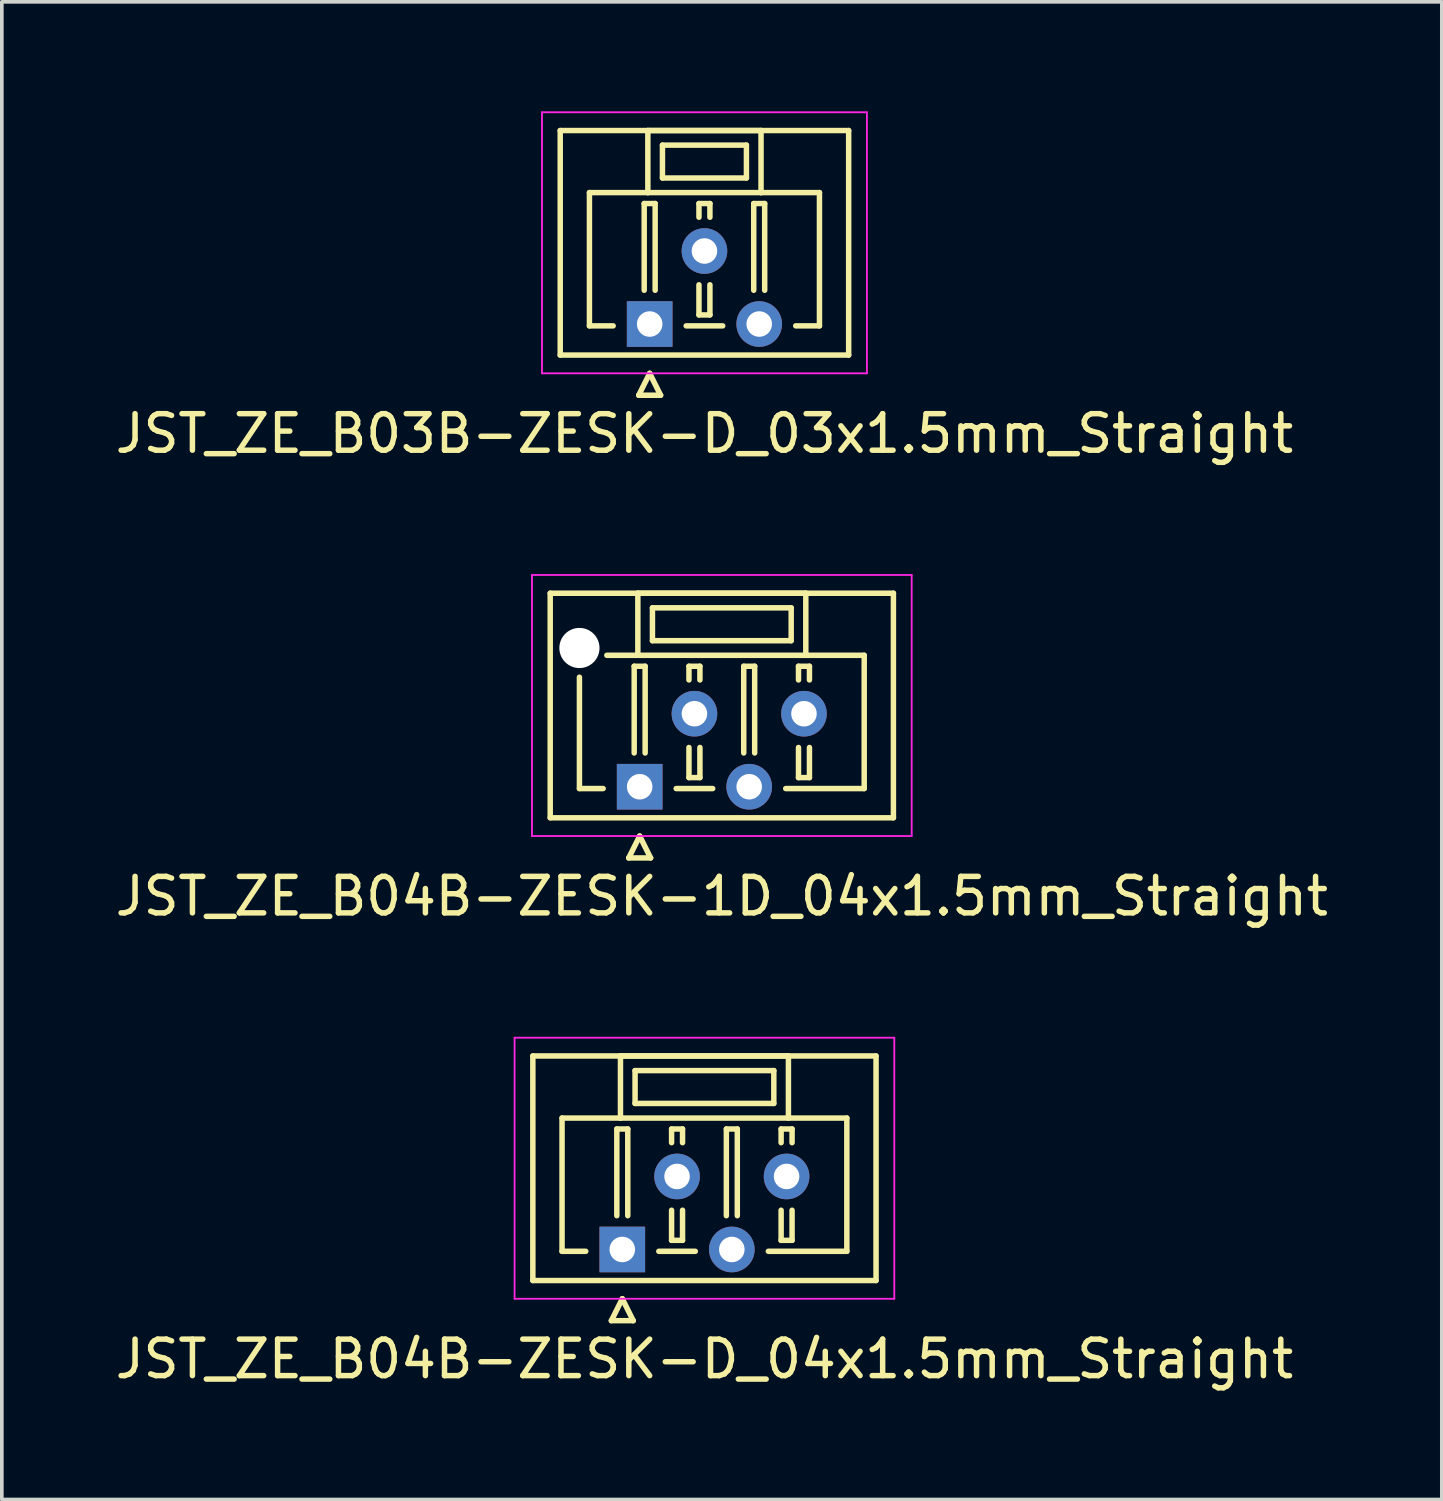
<source format=kicad_pcb>
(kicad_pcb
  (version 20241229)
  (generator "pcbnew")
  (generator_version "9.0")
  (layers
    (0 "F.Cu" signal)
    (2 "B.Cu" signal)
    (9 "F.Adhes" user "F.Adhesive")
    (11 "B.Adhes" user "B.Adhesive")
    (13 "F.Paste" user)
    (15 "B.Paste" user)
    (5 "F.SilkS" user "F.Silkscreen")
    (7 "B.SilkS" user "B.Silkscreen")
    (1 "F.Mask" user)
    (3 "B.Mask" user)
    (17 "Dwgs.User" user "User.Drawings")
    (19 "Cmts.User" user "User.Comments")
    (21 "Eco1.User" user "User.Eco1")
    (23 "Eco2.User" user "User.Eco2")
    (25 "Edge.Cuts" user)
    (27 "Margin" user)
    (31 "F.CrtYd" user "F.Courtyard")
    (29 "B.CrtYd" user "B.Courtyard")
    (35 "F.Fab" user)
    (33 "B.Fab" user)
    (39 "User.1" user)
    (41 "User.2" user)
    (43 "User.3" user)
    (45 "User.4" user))
  (footprint "JST_ZE_B04B-ZESK-D_04x1.5mm_Straight"
    (layer "F.Cu")
    (at 13.994 31.172)
    (property "Reference" "JST_ZE_B04B-ZESK-D_04x1.5mm_Straight" (at 2.25 3 0) (layer "F.SilkS") (effects (font (size 1 1) (thickness 0.15))))
    (attr through_hole)
    (fp_line (start -2.45 -5.3) (end -2.45 0.85) (stroke (width 0.15) (type solid)) (layer "F.SilkS"))
    (fp_line (start -2.45 0.85) (end 6.95 0.85) (stroke (width 0.15) (type solid)) (layer "F.SilkS"))
    (fp_line (start -1.65 -3.6) (end -1.65 0.05) (stroke (width 0.15) (type solid)) (layer "F.SilkS"))
    (fp_line (start -1.65 0.05) (end -1 0.05) (stroke (width 0.15) (type solid)) (layer "F.SilkS"))
    (fp_line (start -0.3 1.95) (end 0 1.35) (stroke (width 0.15) (type solid)) (layer "F.SilkS"))
    (fp_line (start -0.15 -3.3) (end 0.15 -3.3) (stroke (width 0.15) (type solid)) (layer "F.SilkS"))
    (fp_line (start -0.15 -0.925) (end -0.15 -3.3) (stroke (width 0.15) (type solid)) (layer "F.SilkS"))
    (fp_line (start -0.05 -5.3) (end -0.05 -3.6) (stroke (width 0.15) (type solid)) (layer "F.SilkS"))
    (fp_line (start -0.05 -3.6) (end -1.65 -3.6) (stroke (width 0.15) (type solid)) (layer "F.SilkS"))
    (fp_line (start -0.05 -3.6) (end 4.55 -3.6) (stroke (width 0.15) (type solid)) (layer "F.SilkS"))
    (fp_line (start 0 1.35) (end 0.3 1.95) (stroke (width 0.15) (type solid)) (layer "F.SilkS"))
    (fp_line (start 0.15 -3.3) (end 0.15 -0.925) (stroke (width 0.15) (type solid)) (layer "F.SilkS"))
    (fp_line (start 0.3 1.95) (end -0.3 1.95) (stroke (width 0.15) (type solid)) (layer "F.SilkS"))
    (fp_line (start 0.35 -4.9) (end 0.35 -4) (stroke (width 0.15) (type solid)) (layer "F.SilkS"))
    (fp_line (start 0.35 -4) (end 4.15 -4) (stroke (width 0.15) (type solid)) (layer "F.SilkS"))
    (fp_line (start 1 0.05) (end 2 0.05) (stroke (width 0.15) (type solid)) (layer "F.SilkS"))
    (fp_line (start 1.35 -3.3) (end 1.65 -3.3) (stroke (width 0.15) (type solid)) (layer "F.SilkS"))
    (fp_line (start 1.35 -2.925) (end 1.35 -3.3) (stroke (width 0.15) (type solid)) (layer "F.SilkS"))
    (fp_line (start 1.35 -1.075) (end 1.35 -0.25) (stroke (width 0.15) (type solid)) (layer "F.SilkS"))
    (fp_line (start 1.35 -0.25) (end 1.65 -0.25) (stroke (width 0.15) (type solid)) (layer "F.SilkS"))
    (fp_line (start 1.65 -3.3) (end 1.65 -2.925) (stroke (width 0.15) (type solid)) (layer "F.SilkS"))
    (fp_line (start 1.65 -0.25) (end 1.65 -1.075) (stroke (width 0.15) (type solid)) (layer "F.SilkS"))
    (fp_line (start 2.85 -3.3) (end 3.15 -3.3) (stroke (width 0.15) (type solid)) (layer "F.SilkS"))
    (fp_line (start 2.85 -0.925) (end 2.85 -3.3) (stroke (width 0.15) (type solid)) (layer "F.SilkS"))
    (fp_line (start 3.15 -3.3) (end 3.15 -0.925) (stroke (width 0.15) (type solid)) (layer "F.SilkS"))
    (fp_line (start 4.15 -4.9) (end 0.35 -4.9) (stroke (width 0.15) (type solid)) (layer "F.SilkS"))
    (fp_line (start 4.15 -4) (end 4.15 -4.9) (stroke (width 0.15) (type solid)) (layer "F.SilkS"))
    (fp_line (start 4.35 -3.3) (end 4.65 -3.3) (stroke (width 0.15) (type solid)) (layer "F.SilkS"))
    (fp_line (start 4.35 -2.925) (end 4.35 -3.3) (stroke (width 0.15) (type solid)) (layer "F.SilkS"))
    (fp_line (start 4.35 -1.075) (end 4.35 -0.25) (stroke (width 0.15) (type solid)) (layer "F.SilkS"))
    (fp_line (start 4.35 -0.25) (end 4.65 -0.25) (stroke (width 0.15) (type solid)) (layer "F.SilkS"))
    (fp_line (start 4.55 -5.3) (end -0.05 -5.3) (stroke (width 0.15) (type solid)) (layer "F.SilkS"))
    (fp_line (start 4.55 -3.6) (end 4.55 -5.3) (stroke (width 0.15) (type solid)) (layer "F.SilkS"))
    (fp_line (start 4.55 -3.6) (end 6.15 -3.6) (stroke (width 0.15) (type solid)) (layer "F.SilkS"))
    (fp_line (start 4.65 -3.3) (end 4.65 -2.925) (stroke (width 0.15) (type solid)) (layer "F.SilkS"))
    (fp_line (start 4.65 -0.25) (end 4.65 -1.075) (stroke (width 0.15) (type solid)) (layer "F.SilkS"))
    (fp_line (start 6.15 -3.6) (end 6.15 0.05) (stroke (width 0.15) (type solid)) (layer "F.SilkS"))
    (fp_line (start 6.15 0.05) (end 4 0.05) (stroke (width 0.15) (type solid)) (layer "F.SilkS"))
    (fp_line (start 6.95 -5.3) (end -2.45 -5.3) (stroke (width 0.15) (type solid)) (layer "F.SilkS"))
    (fp_line (start 6.95 0.85) (end 6.95 -5.3) (stroke (width 0.15) (type solid)) (layer "F.SilkS"))
    (fp_line (start -2.95 -5.8) (end -2.95 1.35) (stroke (width 0.05) (type solid)) (layer "F.CrtYd"))
    (fp_line (start -2.95 1.35) (end 7.45 1.35) (stroke (width 0.05) (type solid)) (layer "F.CrtYd"))
    (fp_line (start 7.45 -5.8) (end -2.95 -5.8) (stroke (width 0.05) (type solid)) (layer "F.CrtYd"))
    (fp_line (start 7.45 1.35) (end 7.45 -5.8) (stroke (width 0.05) (type solid)) (layer "F.CrtYd"))
    (pad "1" thru_hole rect (at 0 0) (size 1.25 1.25) (drill 0.7) (layers "*.Cu" "*.Mask"))
    (pad "2" thru_hole circle (at 1.5 -2) (size 1.25 1.25) (drill 0.7) (layers "*.Cu" "*.Mask"))
    (pad "3" thru_hole circle (at 3 0) (size 1.25 1.25) (drill 0.7) (layers "*.Cu" "*.Mask"))
    (pad "4" thru_hole circle (at 4.5 -2) (size 1.25 1.25) (drill 0.7) (layers "*.Cu" "*.Mask")))
  (footprint "JST_ZE_B04B-ZESK-1D_04x1.5mm_Straight"
    (layer "F.Cu")
    (at 14.47 18.498)
    (property "Reference" "JST_ZE_B04B-ZESK-1D_04x1.5mm_Straight" (at 2.25 3 0) (layer "F.SilkS") (effects (font (size 1 1) (thickness 0.15))))
    (attr through_hole)
    (fp_line (start -2.45 -5.3) (end -2.45 0.85) (stroke (width 0.15) (type solid)) (layer "F.SilkS"))
    (fp_line (start -2.45 0.85) (end 6.95 0.85) (stroke (width 0.15) (type solid)) (layer "F.SilkS"))
    (fp_line (start -1.65 -3) (end -1.65 0.05) (stroke (width 0.15) (type solid)) (layer "F.SilkS"))
    (fp_line (start -1.65 0.05) (end -1 0.05) (stroke (width 0.15) (type solid)) (layer "F.SilkS"))
    (fp_line (start -0.3 1.95) (end 0 1.35) (stroke (width 0.15) (type solid)) (layer "F.SilkS"))
    (fp_line (start -0.15 -3.3) (end 0.15 -3.3) (stroke (width 0.15) (type solid)) (layer "F.SilkS"))
    (fp_line (start -0.15 -0.925) (end -0.15 -3.3) (stroke (width 0.15) (type solid)) (layer "F.SilkS"))
    (fp_line (start -0.05 -5.3) (end -0.05 -3.6) (stroke (width 0.15) (type solid)) (layer "F.SilkS"))
    (fp_line (start -0.05 -3.6) (end -0.9 -3.6) (stroke (width 0.15) (type solid)) (layer "F.SilkS"))
    (fp_line (start -0.05 -3.6) (end 4.55 -3.6) (stroke (width 0.15) (type solid)) (layer "F.SilkS"))
    (fp_line (start 0 1.35) (end 0.3 1.95) (stroke (width 0.15) (type solid)) (layer "F.SilkS"))
    (fp_line (start 0.15 -3.3) (end 0.15 -0.925) (stroke (width 0.15) (type solid)) (layer "F.SilkS"))
    (fp_line (start 0.3 1.95) (end -0.3 1.95) (stroke (width 0.15) (type solid)) (layer "F.SilkS"))
    (fp_line (start 0.35 -4.9) (end 0.35 -4) (stroke (width 0.15) (type solid)) (layer "F.SilkS"))
    (fp_line (start 0.35 -4) (end 4.15 -4) (stroke (width 0.15) (type solid)) (layer "F.SilkS"))
    (fp_line (start 1 0.05) (end 2 0.05) (stroke (width 0.15) (type solid)) (layer "F.SilkS"))
    (fp_line (start 1.35 -3.3) (end 1.65 -3.3) (stroke (width 0.15) (type solid)) (layer "F.SilkS"))
    (fp_line (start 1.35 -2.925) (end 1.35 -3.3) (stroke (width 0.15) (type solid)) (layer "F.SilkS"))
    (fp_line (start 1.35 -1.075) (end 1.35 -0.25) (stroke (width 0.15) (type solid)) (layer "F.SilkS"))
    (fp_line (start 1.35 -0.25) (end 1.65 -0.25) (stroke (width 0.15) (type solid)) (layer "F.SilkS"))
    (fp_line (start 1.65 -3.3) (end 1.65 -2.925) (stroke (width 0.15) (type solid)) (layer "F.SilkS"))
    (fp_line (start 1.65 -0.25) (end 1.65 -1.075) (stroke (width 0.15) (type solid)) (layer "F.SilkS"))
    (fp_line (start 2.85 -3.3) (end 3.15 -3.3) (stroke (width 0.15) (type solid)) (layer "F.SilkS"))
    (fp_line (start 2.85 -0.925) (end 2.85 -3.3) (stroke (width 0.15) (type solid)) (layer "F.SilkS"))
    (fp_line (start 3.15 -3.3) (end 3.15 -0.925) (stroke (width 0.15) (type solid)) (layer "F.SilkS"))
    (fp_line (start 4.15 -4.9) (end 0.35 -4.9) (stroke (width 0.15) (type solid)) (layer "F.SilkS"))
    (fp_line (start 4.15 -4) (end 4.15 -4.9) (stroke (width 0.15) (type solid)) (layer "F.SilkS"))
    (fp_line (start 4.35 -3.3) (end 4.65 -3.3) (stroke (width 0.15) (type solid)) (layer "F.SilkS"))
    (fp_line (start 4.35 -2.925) (end 4.35 -3.3) (stroke (width 0.15) (type solid)) (layer "F.SilkS"))
    (fp_line (start 4.35 -1.075) (end 4.35 -0.25) (stroke (width 0.15) (type solid)) (layer "F.SilkS"))
    (fp_line (start 4.35 -0.25) (end 4.65 -0.25) (stroke (width 0.15) (type solid)) (layer "F.SilkS"))
    (fp_line (start 4.55 -5.3) (end -0.05 -5.3) (stroke (width 0.15) (type solid)) (layer "F.SilkS"))
    (fp_line (start 4.55 -3.6) (end 4.55 -5.3) (stroke (width 0.15) (type solid)) (layer "F.SilkS"))
    (fp_line (start 4.55 -3.6) (end 6.15 -3.6) (stroke (width 0.15) (type solid)) (layer "F.SilkS"))
    (fp_line (start 4.65 -3.3) (end 4.65 -2.925) (stroke (width 0.15) (type solid)) (layer "F.SilkS"))
    (fp_line (start 4.65 -0.25) (end 4.65 -1.075) (stroke (width 0.15) (type solid)) (layer "F.SilkS"))
    (fp_line (start 6.15 -3.6) (end 6.15 0.05) (stroke (width 0.15) (type solid)) (layer "F.SilkS"))
    (fp_line (start 6.15 0.05) (end 4 0.05) (stroke (width 0.15) (type solid)) (layer "F.SilkS"))
    (fp_line (start 6.95 -5.3) (end -2.45 -5.3) (stroke (width 0.15) (type solid)) (layer "F.SilkS"))
    (fp_line (start 6.95 0.85) (end 6.95 -5.3) (stroke (width 0.15) (type solid)) (layer "F.SilkS"))
    (fp_line (start -2.95 -5.8) (end -2.95 1.35) (stroke (width 0.05) (type solid)) (layer "F.CrtYd"))
    (fp_line (start -2.95 1.35) (end 7.45 1.35) (stroke (width 0.05) (type solid)) (layer "F.CrtYd"))
    (fp_line (start 7.45 -5.8) (end -2.95 -5.8) (stroke (width 0.05) (type solid)) (layer "F.CrtYd"))
    (fp_line (start 7.45 1.35) (end 7.45 -5.8) (stroke (width 0.05) (type solid)) (layer "F.CrtYd"))
    (pad "" np_thru_hole circle (at -1.65 -3.8) (size 1.1 1.1) (drill 1.1) (layers "*.Cu"))
    (pad "1" thru_hole rect (at 0 0) (size 1.25 1.25) (drill 0.7) (layers "*.Cu" "*.Mask"))
    (pad "2" thru_hole circle (at 1.5 -2) (size 1.25 1.25) (drill 0.7) (layers "*.Cu" "*.Mask"))
    (pad "3" thru_hole circle (at 3 0) (size 1.25 1.25) (drill 0.7) (layers "*.Cu" "*.Mask"))
    (pad "4" thru_hole circle (at 4.5 -2) (size 1.25 1.25) (drill 0.7) (layers "*.Cu" "*.Mask")))
  (footprint "JST_ZE_B03B-ZESK-D_03x1.5mm_Straight"
    (layer "F.Cu")
    (at 14.744 5.825)
    (property "Reference" "JST_ZE_B03B-ZESK-D_03x1.5mm_Straight" (at 1.5 3 0) (layer "F.SilkS") (effects (font (size 1 1) (thickness 0.15))))
    (attr through_hole)
    (fp_line (start -2.45 -5.3) (end -2.45 0.85) (stroke (width 0.15) (type solid)) (layer "F.SilkS"))
    (fp_line (start -2.45 0.85) (end 5.45 0.85) (stroke (width 0.15) (type solid)) (layer "F.SilkS"))
    (fp_line (start -1.65 -3.6) (end -1.65 0.05) (stroke (width 0.15) (type solid)) (layer "F.SilkS"))
    (fp_line (start -1.65 0.05) (end -1 0.05) (stroke (width 0.15) (type solid)) (layer "F.SilkS"))
    (fp_line (start -0.3 1.95) (end 0 1.35) (stroke (width 0.15) (type solid)) (layer "F.SilkS"))
    (fp_line (start -0.15 -3.3) (end 0.15 -3.3) (stroke (width 0.15) (type solid)) (layer "F.SilkS"))
    (fp_line (start -0.15 -0.925) (end -0.15 -3.3) (stroke (width 0.15) (type solid)) (layer "F.SilkS"))
    (fp_line (start -0.05 -5.3) (end -0.05 -3.6) (stroke (width 0.15) (type solid)) (layer "F.SilkS"))
    (fp_line (start -0.05 -3.6) (end -1.65 -3.6) (stroke (width 0.15) (type solid)) (layer "F.SilkS"))
    (fp_line (start -0.05 -3.6) (end 3.05 -3.6) (stroke (width 0.15) (type solid)) (layer "F.SilkS"))
    (fp_line (start 0 1.35) (end 0.3 1.95) (stroke (width 0.15) (type solid)) (layer "F.SilkS"))
    (fp_line (start 0.15 -3.3) (end 0.15 -0.925) (stroke (width 0.15) (type solid)) (layer "F.SilkS"))
    (fp_line (start 0.3 1.95) (end -0.3 1.95) (stroke (width 0.15) (type solid)) (layer "F.SilkS"))
    (fp_line (start 0.35 -4.9) (end 0.35 -4) (stroke (width 0.15) (type solid)) (layer "F.SilkS"))
    (fp_line (start 0.35 -4) (end 2.65 -4) (stroke (width 0.15) (type solid)) (layer "F.SilkS"))
    (fp_line (start 1 0.05) (end 2 0.05) (stroke (width 0.15) (type solid)) (layer "F.SilkS"))
    (fp_line (start 1.35 -3.3) (end 1.65 -3.3) (stroke (width 0.15) (type solid)) (layer "F.SilkS"))
    (fp_line (start 1.35 -2.925) (end 1.35 -3.3) (stroke (width 0.15) (type solid)) (layer "F.SilkS"))
    (fp_line (start 1.35 -1.075) (end 1.35 -0.25) (stroke (width 0.15) (type solid)) (layer "F.SilkS"))
    (fp_line (start 1.35 -0.25) (end 1.65 -0.25) (stroke (width 0.15) (type solid)) (layer "F.SilkS"))
    (fp_line (start 1.65 -3.3) (end 1.65 -2.925) (stroke (width 0.15) (type solid)) (layer "F.SilkS"))
    (fp_line (start 1.65 -0.25) (end 1.65 -1.075) (stroke (width 0.15) (type solid)) (layer "F.SilkS"))
    (fp_line (start 2.65 -4.9) (end 0.35 -4.9) (stroke (width 0.15) (type solid)) (layer "F.SilkS"))
    (fp_line (start 2.65 -4) (end 2.65 -4.9) (stroke (width 0.15) (type solid)) (layer "F.SilkS"))
    (fp_line (start 2.85 -3.3) (end 3.15 -3.3) (stroke (width 0.15) (type solid)) (layer "F.SilkS"))
    (fp_line (start 2.85 -0.925) (end 2.85 -3.3) (stroke (width 0.15) (type solid)) (layer "F.SilkS"))
    (fp_line (start 3.05 -5.3) (end -0.05 -5.3) (stroke (width 0.15) (type solid)) (layer "F.SilkS"))
    (fp_line (start 3.05 -3.6) (end 3.05 -5.3) (stroke (width 0.15) (type solid)) (layer "F.SilkS"))
    (fp_line (start 3.05 -3.6) (end 4.65 -3.6) (stroke (width 0.15) (type solid)) (layer "F.SilkS"))
    (fp_line (start 3.15 -3.3) (end 3.15 -0.925) (stroke (width 0.15) (type solid)) (layer "F.SilkS"))
    (fp_line (start 4.65 -3.6) (end 4.65 0.05) (stroke (width 0.15) (type solid)) (layer "F.SilkS"))
    (fp_line (start 4.65 0.05) (end 4 0.05) (stroke (width 0.15) (type solid)) (layer "F.SilkS"))
    (fp_line (start 5.45 -5.3) (end -2.45 -5.3) (stroke (width 0.15) (type solid)) (layer "F.SilkS"))
    (fp_line (start 5.45 0.85) (end 5.45 -5.3) (stroke (width 0.15) (type solid)) (layer "F.SilkS"))
    (fp_line (start -2.95 -5.8) (end -2.95 1.35) (stroke (width 0.05) (type solid)) (layer "F.CrtYd"))
    (fp_line (start -2.95 1.35) (end 5.95 1.35) (stroke (width 0.05) (type solid)) (layer "F.CrtYd"))
    (fp_line (start 5.95 -5.8) (end -2.95 -5.8) (stroke (width 0.05) (type solid)) (layer "F.CrtYd"))
    (fp_line (start 5.95 1.35) (end 5.95 -5.8) (stroke (width 0.05) (type solid)) (layer "F.CrtYd"))
    (pad "1" thru_hole rect (at 0 0) (size 1.25 1.25) (drill 0.7) (layers "*.Cu" "*.Mask"))
    (pad "2" thru_hole circle (at 1.5 -2) (size 1.25 1.25) (drill 0.7) (layers "*.Cu" "*.Mask"))
    (pad "3" thru_hole circle (at 3 0) (size 1.25 1.25) (drill 0.7) (layers "*.Cu" "*.Mask")))
  (gr_rect
    (start -3 -3)
    (end 36.44 38.02)
    (stroke (width 0.1) (type default))
    (fill no)
    (layer "Edge.Cuts")))
</source>
